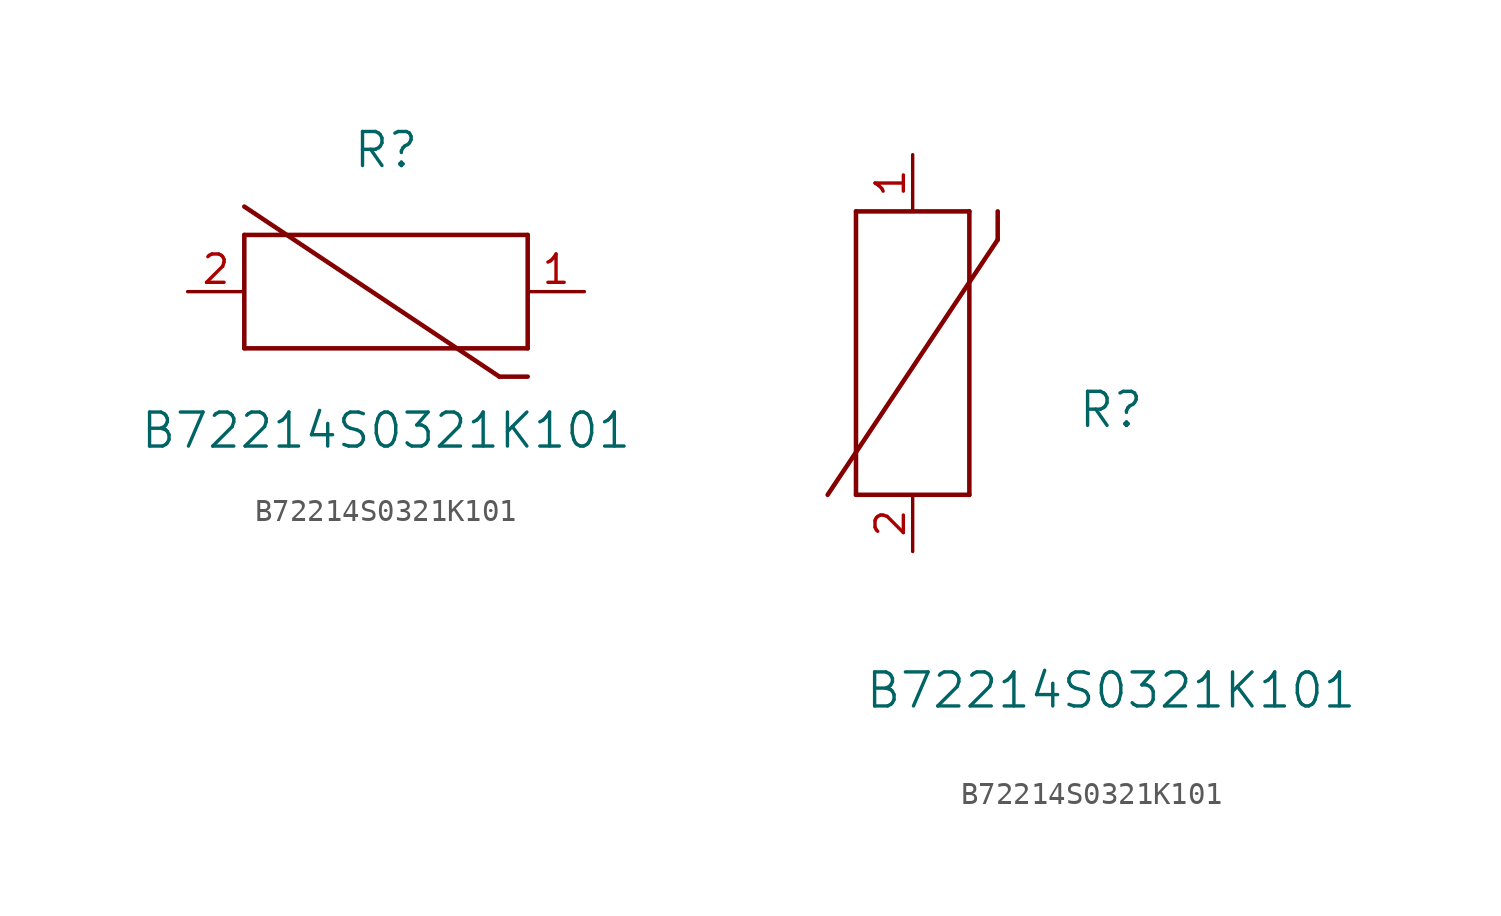
<source format=kicad_sym>
(kicad_symbol_lib
  (version 20211014)
  (generator kicad_symbol_editor)
  (symbol "B72214S0321K101"
    (pin_names
      (offset 0.254))
    (property "Reference" "R"
      (at 8.89 6.35 0)
      (effects (font (size 1.524 1.524))))
    (property "Value" "B72214S0321K101"
      (at 8.89 -6.223 0)
      (effects (font (size 1.524 1.524))))
    (symbol "B72214S0321K101_1_1"
      (polyline (pts (xy 2.54 2.54) (xy 15.24 2.54)) (stroke (width 0.203) (type default) (color 0 0 0 0)) (fill (type none)))
      (polyline (pts (xy 2.54 -2.54) (xy 15.24 -2.54)) (stroke (width 0.203) (type default) (color 0 0 0 0)) (fill (type none)))
      (polyline (pts (xy 15.24 2.54) (xy 15.24 -2.54)) (stroke (width 0.203) (type default) (color 0 0 0 0)) (fill (type none)))
      (polyline (pts (xy 2.54 -2.54) (xy 2.54 2.54)) (stroke (width 0.203) (type default) (color 0 0 0 0)) (fill (type none)))
      (polyline (pts (xy 2.54 3.81) (xy 13.97 -3.81)) (stroke (width 0.203) (type default) (color 0 0 0 0)) (fill (type none)))
      (polyline (pts (xy 13.97 -3.81) (xy 15.24 -3.81)) (stroke (width 0.203) (type default) (color 0 0 0 0)) (fill (type none)))
      (pin unspecified line (at 0 0 0) (length 2.54) (name "" (effects (font (size 1.27 1.27)))) (number "2" (effects (font (size 1.27 1.27)))))
      (pin unspecified line (at 17.78 0 180) (length 2.54) (name "" (effects (font (size 1.27 1.27)))) (number "1" (effects (font (size 1.27 1.27))))))
    (symbol "B72214S0321K101_1_2"
      (polyline (pts (xy 2.54 2.54) (xy -2.54 2.54)) (stroke (width 0.203) (type default) (color 0 0 0 0)) (fill (type none)))
      (polyline (pts (xy -2.54 2.54) (xy -2.54 15.24)) (stroke (width 0.203) (type default) (color 0 0 0 0)) (fill (type none)))
      (polyline (pts (xy 2.54 2.54) (xy 2.54 15.24)) (stroke (width 0.203) (type default) (color 0 0 0 0)) (fill (type none)))
      (polyline (pts (xy -2.54 15.24) (xy 2.54 15.24)) (stroke (width 0.203) (type default) (color 0 0 0 0)) (fill (type none)))
      (polyline (pts (xy 3.81 13.97) (xy 3.81 15.24)) (stroke (width 0.203) (type default) (color 0 0 0 0)) (fill (type none)))
      (polyline (pts (xy 3.81 13.97) (xy -3.81 2.54)) (stroke (width 0.203) (type default) (color 0 0 0 0)) (fill (type none)))
      (pin unspecified line (at 0 0 90) (length 2.54) (name "" (effects (font (size 1.27 1.27)))) (number "2" (effects (font (size 1.27 1.27)))))
      (pin unspecified line (at 0 17.78 270) (length 2.54) (name "" (effects (font (size 1.27 1.27)))) (number "1" (effects (font (size 1.27 1.27))))))))
</source>
